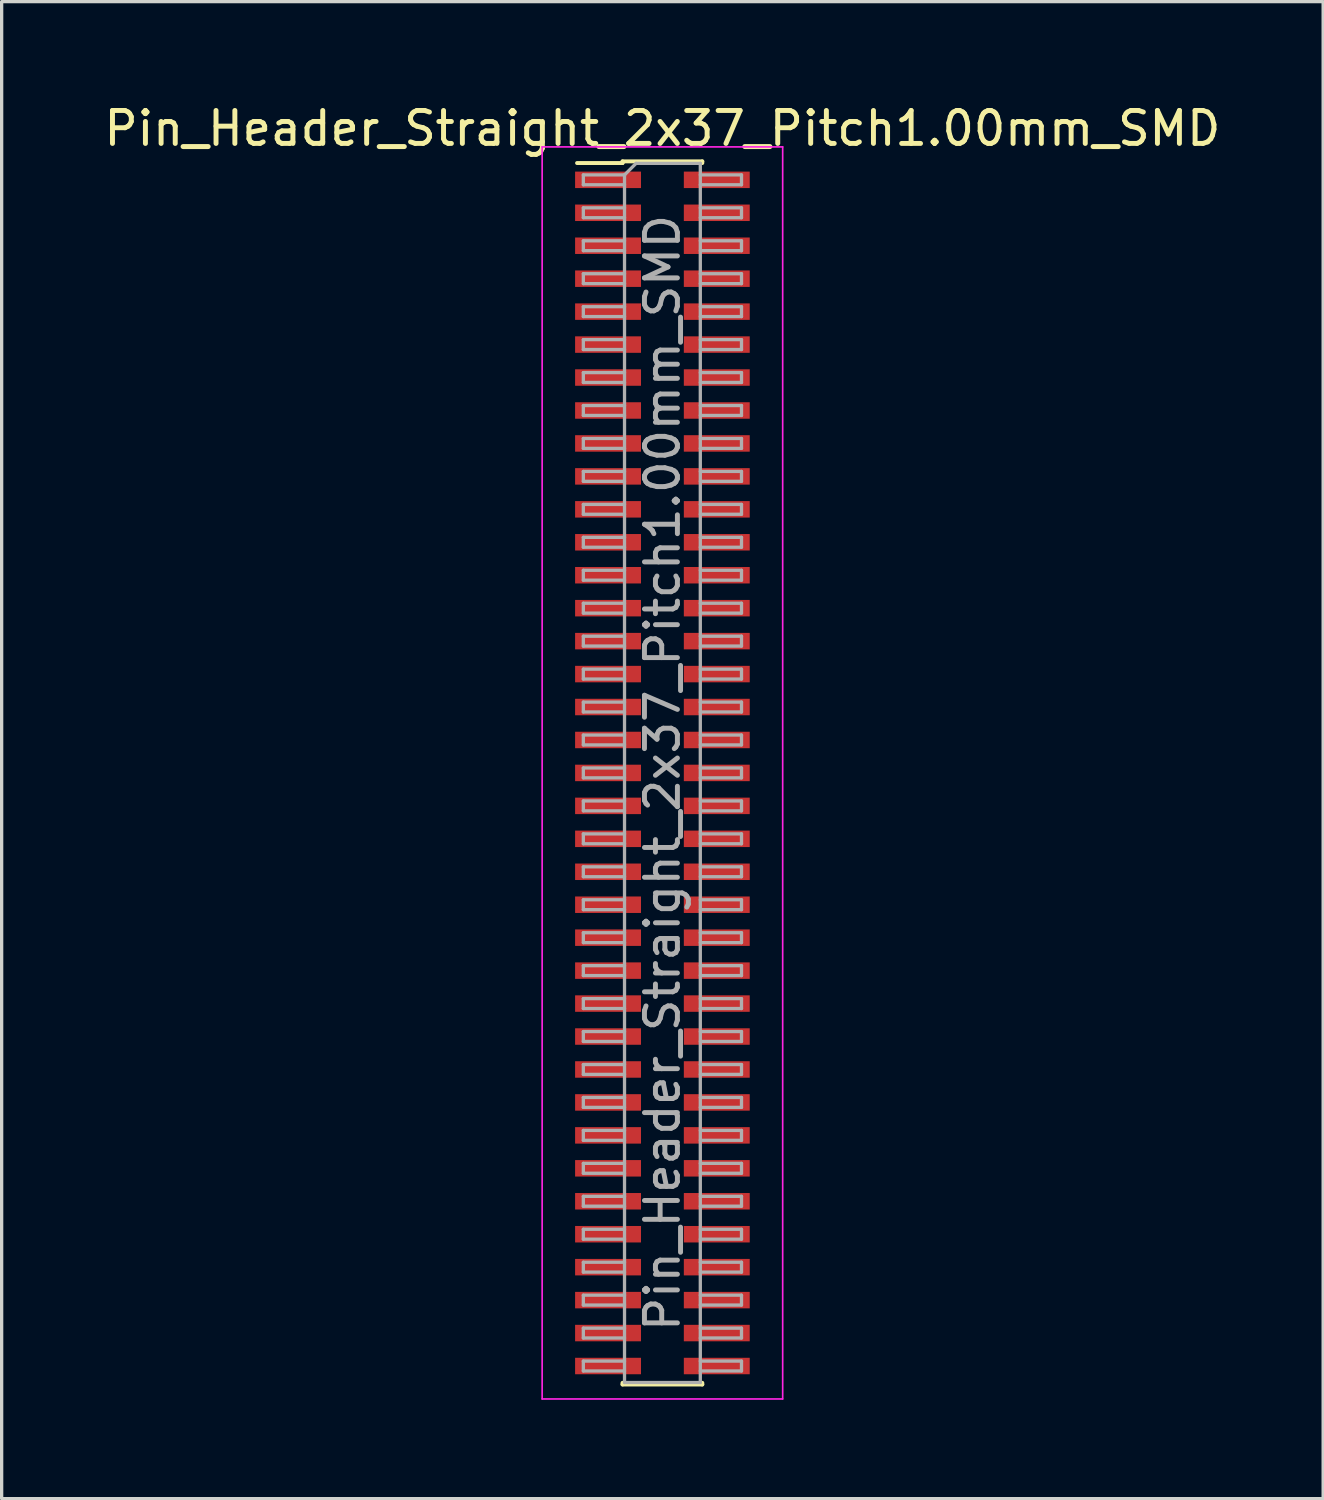
<source format=kicad_pcb>
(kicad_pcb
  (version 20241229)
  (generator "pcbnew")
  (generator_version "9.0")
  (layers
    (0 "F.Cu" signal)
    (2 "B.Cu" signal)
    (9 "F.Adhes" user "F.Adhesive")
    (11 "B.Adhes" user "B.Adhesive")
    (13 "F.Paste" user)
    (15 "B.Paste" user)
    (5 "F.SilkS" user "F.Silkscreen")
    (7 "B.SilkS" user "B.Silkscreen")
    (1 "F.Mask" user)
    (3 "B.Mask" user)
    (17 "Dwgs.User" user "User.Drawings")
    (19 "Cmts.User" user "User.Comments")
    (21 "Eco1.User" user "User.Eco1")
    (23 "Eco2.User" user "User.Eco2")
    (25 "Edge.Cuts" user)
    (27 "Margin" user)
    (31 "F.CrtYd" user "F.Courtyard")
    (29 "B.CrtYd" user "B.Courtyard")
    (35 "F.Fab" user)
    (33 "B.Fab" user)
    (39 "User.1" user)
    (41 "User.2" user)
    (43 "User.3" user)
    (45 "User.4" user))
  (footprint "Pin_Header_Straight_2x37_Pitch1.00mm_SMD"
    (layer "F.Cu")
    (at 17.054 20.408)
    (property "Reference" "Pin_Header_Straight_2x37_Pitch1.00mm_SMD" (at 0 -19.56 0) (layer "F.SilkS") (effects (font (size 1 1) (thickness 0.15))))
    (attr smd)
    (fp_line (start -2.59 -18.51) (end -1.21 -18.51) (stroke (width 0.12) (type solid)) (layer "F.SilkS"))
    (fp_line (start -1.21 -18.56) (end -1.21 -18.51) (stroke (width 0.12) (type solid)) (layer "F.SilkS"))
    (fp_line (start -1.21 -18.56) (end 1.21 -18.56) (stroke (width 0.12) (type solid)) (layer "F.SilkS"))
    (fp_line (start -1.21 18.51) (end -1.21 18.56) (stroke (width 0.12) (type solid)) (layer "F.SilkS"))
    (fp_line (start -1.21 18.56) (end 1.21 18.56) (stroke (width 0.12) (type solid)) (layer "F.SilkS"))
    (fp_line (start 1.21 -18.56) (end 1.21 -18.51) (stroke (width 0.12) (type solid)) (layer "F.SilkS"))
    (fp_line (start 1.21 18.51) (end 1.21 18.56) (stroke (width 0.12) (type solid)) (layer "F.SilkS"))
    (fp_line (start -3.65 -19) (end -3.65 19) (stroke (width 0.05) (type solid)) (layer "F.CrtYd"))
    (fp_line (start -3.65 19) (end 3.65 19) (stroke (width 0.05) (type solid)) (layer "F.CrtYd"))
    (fp_line (start 3.65 -19) (end -3.65 -19) (stroke (width 0.05) (type solid)) (layer "F.CrtYd"))
    (fp_line (start 3.65 19) (end 3.65 -19) (stroke (width 0.05) (type solid)) (layer "F.CrtYd"))
    (fp_line (start -2.4 -18.15) (end -2.4 -17.85) (stroke (width 0.1) (type solid)) (layer "F.Fab"))
    (fp_line (start -2.4 -17.85) (end -1.15 -17.85) (stroke (width 0.1) (type solid)) (layer "F.Fab"))
    (fp_line (start -2.4 -17.15) (end -2.4 -16.85) (stroke (width 0.1) (type solid)) (layer "F.Fab"))
    (fp_line (start -2.4 -16.85) (end -1.15 -16.85) (stroke (width 0.1) (type solid)) (layer "F.Fab"))
    (fp_line (start -2.4 -16.15) (end -2.4 -15.85) (stroke (width 0.1) (type solid)) (layer "F.Fab"))
    (fp_line (start -2.4 -15.85) (end -1.15 -15.85) (stroke (width 0.1) (type solid)) (layer "F.Fab"))
    (fp_line (start -2.4 -15.15) (end -2.4 -14.85) (stroke (width 0.1) (type solid)) (layer "F.Fab"))
    (fp_line (start -2.4 -14.85) (end -1.15 -14.85) (stroke (width 0.1) (type solid)) (layer "F.Fab"))
    (fp_line (start -2.4 -14.15) (end -2.4 -13.85) (stroke (width 0.1) (type solid)) (layer "F.Fab"))
    (fp_line (start -2.4 -13.85) (end -1.15 -13.85) (stroke (width 0.1) (type solid)) (layer "F.Fab"))
    (fp_line (start -2.4 -13.15) (end -2.4 -12.85) (stroke (width 0.1) (type solid)) (layer "F.Fab"))
    (fp_line (start -2.4 -12.85) (end -1.15 -12.85) (stroke (width 0.1) (type solid)) (layer "F.Fab"))
    (fp_line (start -2.4 -12.15) (end -2.4 -11.85) (stroke (width 0.1) (type solid)) (layer "F.Fab"))
    (fp_line (start -2.4 -11.85) (end -1.15 -11.85) (stroke (width 0.1) (type solid)) (layer "F.Fab"))
    (fp_line (start -2.4 -11.15) (end -2.4 -10.85) (stroke (width 0.1) (type solid)) (layer "F.Fab"))
    (fp_line (start -2.4 -10.85) (end -1.15 -10.85) (stroke (width 0.1) (type solid)) (layer "F.Fab"))
    (fp_line (start -2.4 -10.15) (end -2.4 -9.85) (stroke (width 0.1) (type solid)) (layer "F.Fab"))
    (fp_line (start -2.4 -9.85) (end -1.15 -9.85) (stroke (width 0.1) (type solid)) (layer "F.Fab"))
    (fp_line (start -2.4 -9.15) (end -2.4 -8.85) (stroke (width 0.1) (type solid)) (layer "F.Fab"))
    (fp_line (start -2.4 -8.85) (end -1.15 -8.85) (stroke (width 0.1) (type solid)) (layer "F.Fab"))
    (fp_line (start -2.4 -8.15) (end -2.4 -7.85) (stroke (width 0.1) (type solid)) (layer "F.Fab"))
    (fp_line (start -2.4 -7.85) (end -1.15 -7.85) (stroke (width 0.1) (type solid)) (layer "F.Fab"))
    (fp_line (start -2.4 -7.15) (end -2.4 -6.85) (stroke (width 0.1) (type solid)) (layer "F.Fab"))
    (fp_line (start -2.4 -6.85) (end -1.15 -6.85) (stroke (width 0.1) (type solid)) (layer "F.Fab"))
    (fp_line (start -2.4 -6.15) (end -2.4 -5.85) (stroke (width 0.1) (type solid)) (layer "F.Fab"))
    (fp_line (start -2.4 -5.85) (end -1.15 -5.85) (stroke (width 0.1) (type solid)) (layer "F.Fab"))
    (fp_line (start -2.4 -5.15) (end -2.4 -4.85) (stroke (width 0.1) (type solid)) (layer "F.Fab"))
    (fp_line (start -2.4 -4.85) (end -1.15 -4.85) (stroke (width 0.1) (type solid)) (layer "F.Fab"))
    (fp_line (start -2.4 -4.15) (end -2.4 -3.85) (stroke (width 0.1) (type solid)) (layer "F.Fab"))
    (fp_line (start -2.4 -3.85) (end -1.15 -3.85) (stroke (width 0.1) (type solid)) (layer "F.Fab"))
    (fp_line (start -2.4 -3.15) (end -2.4 -2.85) (stroke (width 0.1) (type solid)) (layer "F.Fab"))
    (fp_line (start -2.4 -2.85) (end -1.15 -2.85) (stroke (width 0.1) (type solid)) (layer "F.Fab"))
    (fp_line (start -2.4 -2.15) (end -2.4 -1.85) (stroke (width 0.1) (type solid)) (layer "F.Fab"))
    (fp_line (start -2.4 -1.85) (end -1.15 -1.85) (stroke (width 0.1) (type solid)) (layer "F.Fab"))
    (fp_line (start -2.4 -1.15) (end -2.4 -0.85) (stroke (width 0.1) (type solid)) (layer "F.Fab"))
    (fp_line (start -2.4 -0.85) (end -1.15 -0.85) (stroke (width 0.1) (type solid)) (layer "F.Fab"))
    (fp_line (start -2.4 -0.15) (end -2.4 0.15) (stroke (width 0.1) (type solid)) (layer "F.Fab"))
    (fp_line (start -2.4 0.15) (end -1.15 0.15) (stroke (width 0.1) (type solid)) (layer "F.Fab"))
    (fp_line (start -2.4 0.85) (end -2.4 1.15) (stroke (width 0.1) (type solid)) (layer "F.Fab"))
    (fp_line (start -2.4 1.15) (end -1.15 1.15) (stroke (width 0.1) (type solid)) (layer "F.Fab"))
    (fp_line (start -2.4 1.85) (end -2.4 2.15) (stroke (width 0.1) (type solid)) (layer "F.Fab"))
    (fp_line (start -2.4 2.15) (end -1.15 2.15) (stroke (width 0.1) (type solid)) (layer "F.Fab"))
    (fp_line (start -2.4 2.85) (end -2.4 3.15) (stroke (width 0.1) (type solid)) (layer "F.Fab"))
    (fp_line (start -2.4 3.15) (end -1.15 3.15) (stroke (width 0.1) (type solid)) (layer "F.Fab"))
    (fp_line (start -2.4 3.85) (end -2.4 4.15) (stroke (width 0.1) (type solid)) (layer "F.Fab"))
    (fp_line (start -2.4 4.15) (end -1.15 4.15) (stroke (width 0.1) (type solid)) (layer "F.Fab"))
    (fp_line (start -2.4 4.85) (end -2.4 5.15) (stroke (width 0.1) (type solid)) (layer "F.Fab"))
    (fp_line (start -2.4 5.15) (end -1.15 5.15) (stroke (width 0.1) (type solid)) (layer "F.Fab"))
    (fp_line (start -2.4 5.85) (end -2.4 6.15) (stroke (width 0.1) (type solid)) (layer "F.Fab"))
    (fp_line (start -2.4 6.15) (end -1.15 6.15) (stroke (width 0.1) (type solid)) (layer "F.Fab"))
    (fp_line (start -2.4 6.85) (end -2.4 7.15) (stroke (width 0.1) (type solid)) (layer "F.Fab"))
    (fp_line (start -2.4 7.15) (end -1.15 7.15) (stroke (width 0.1) (type solid)) (layer "F.Fab"))
    (fp_line (start -2.4 7.85) (end -2.4 8.15) (stroke (width 0.1) (type solid)) (layer "F.Fab"))
    (fp_line (start -2.4 8.15) (end -1.15 8.15) (stroke (width 0.1) (type solid)) (layer "F.Fab"))
    (fp_line (start -2.4 8.85) (end -2.4 9.15) (stroke (width 0.1) (type solid)) (layer "F.Fab"))
    (fp_line (start -2.4 9.15) (end -1.15 9.15) (stroke (width 0.1) (type solid)) (layer "F.Fab"))
    (fp_line (start -2.4 9.85) (end -2.4 10.15) (stroke (width 0.1) (type solid)) (layer "F.Fab"))
    (fp_line (start -2.4 10.15) (end -1.15 10.15) (stroke (width 0.1) (type solid)) (layer "F.Fab"))
    (fp_line (start -2.4 10.85) (end -2.4 11.15) (stroke (width 0.1) (type solid)) (layer "F.Fab"))
    (fp_line (start -2.4 11.15) (end -1.15 11.15) (stroke (width 0.1) (type solid)) (layer "F.Fab"))
    (fp_line (start -2.4 11.85) (end -2.4 12.15) (stroke (width 0.1) (type solid)) (layer "F.Fab"))
    (fp_line (start -2.4 12.15) (end -1.15 12.15) (stroke (width 0.1) (type solid)) (layer "F.Fab"))
    (fp_line (start -2.4 12.85) (end -2.4 13.15) (stroke (width 0.1) (type solid)) (layer "F.Fab"))
    (fp_line (start -2.4 13.15) (end -1.15 13.15) (stroke (width 0.1) (type solid)) (layer "F.Fab"))
    (fp_line (start -2.4 13.85) (end -2.4 14.15) (stroke (width 0.1) (type solid)) (layer "F.Fab"))
    (fp_line (start -2.4 14.15) (end -1.15 14.15) (stroke (width 0.1) (type solid)) (layer "F.Fab"))
    (fp_line (start -2.4 14.85) (end -2.4 15.15) (stroke (width 0.1) (type solid)) (layer "F.Fab"))
    (fp_line (start -2.4 15.15) (end -1.15 15.15) (stroke (width 0.1) (type solid)) (layer "F.Fab"))
    (fp_line (start -2.4 15.85) (end -2.4 16.15) (stroke (width 0.1) (type solid)) (layer "F.Fab"))
    (fp_line (start -2.4 16.15) (end -1.15 16.15) (stroke (width 0.1) (type solid)) (layer "F.Fab"))
    (fp_line (start -2.4 16.85) (end -2.4 17.15) (stroke (width 0.1) (type solid)) (layer "F.Fab"))
    (fp_line (start -2.4 17.15) (end -1.15 17.15) (stroke (width 0.1) (type solid)) (layer "F.Fab"))
    (fp_line (start -2.4 17.85) (end -2.4 18.15) (stroke (width 0.1) (type solid)) (layer "F.Fab"))
    (fp_line (start -2.4 18.15) (end -1.15 18.15) (stroke (width 0.1) (type solid)) (layer "F.Fab"))
    (fp_line (start -1.15 -18.15) (end -2.4 -18.15) (stroke (width 0.1) (type solid)) (layer "F.Fab"))
    (fp_line (start -1.15 -18.15) (end -0.8 -18.5) (stroke (width 0.1) (type solid)) (layer "F.Fab"))
    (fp_line (start -1.15 -17.15) (end -2.4 -17.15) (stroke (width 0.1) (type solid)) (layer "F.Fab"))
    (fp_line (start -1.15 -16.15) (end -2.4 -16.15) (stroke (width 0.1) (type solid)) (layer "F.Fab"))
    (fp_line (start -1.15 -15.15) (end -2.4 -15.15) (stroke (width 0.1) (type solid)) (layer "F.Fab"))
    (fp_line (start -1.15 -14.15) (end -2.4 -14.15) (stroke (width 0.1) (type solid)) (layer "F.Fab"))
    (fp_line (start -1.15 -13.15) (end -2.4 -13.15) (stroke (width 0.1) (type solid)) (layer "F.Fab"))
    (fp_line (start -1.15 -12.15) (end -2.4 -12.15) (stroke (width 0.1) (type solid)) (layer "F.Fab"))
    (fp_line (start -1.15 -11.15) (end -2.4 -11.15) (stroke (width 0.1) (type solid)) (layer "F.Fab"))
    (fp_line (start -1.15 -10.15) (end -2.4 -10.15) (stroke (width 0.1) (type solid)) (layer "F.Fab"))
    (fp_line (start -1.15 -9.15) (end -2.4 -9.15) (stroke (width 0.1) (type solid)) (layer "F.Fab"))
    (fp_line (start -1.15 -8.15) (end -2.4 -8.15) (stroke (width 0.1) (type solid)) (layer "F.Fab"))
    (fp_line (start -1.15 -7.15) (end -2.4 -7.15) (stroke (width 0.1) (type solid)) (layer "F.Fab"))
    (fp_line (start -1.15 -6.15) (end -2.4 -6.15) (stroke (width 0.1) (type solid)) (layer "F.Fab"))
    (fp_line (start -1.15 -5.15) (end -2.4 -5.15) (stroke (width 0.1) (type solid)) (layer "F.Fab"))
    (fp_line (start -1.15 -4.15) (end -2.4 -4.15) (stroke (width 0.1) (type solid)) (layer "F.Fab"))
    (fp_line (start -1.15 -3.15) (end -2.4 -3.15) (stroke (width 0.1) (type solid)) (layer "F.Fab"))
    (fp_line (start -1.15 -2.15) (end -2.4 -2.15) (stroke (width 0.1) (type solid)) (layer "F.Fab"))
    (fp_line (start -1.15 -1.15) (end -2.4 -1.15) (stroke (width 0.1) (type solid)) (layer "F.Fab"))
    (fp_line (start -1.15 -0.15) (end -2.4 -0.15) (stroke (width 0.1) (type solid)) (layer "F.Fab"))
    (fp_line (start -1.15 0.85) (end -2.4 0.85) (stroke (width 0.1) (type solid)) (layer "F.Fab"))
    (fp_line (start -1.15 1.85) (end -2.4 1.85) (stroke (width 0.1) (type solid)) (layer "F.Fab"))
    (fp_line (start -1.15 2.85) (end -2.4 2.85) (stroke (width 0.1) (type solid)) (layer "F.Fab"))
    (fp_line (start -1.15 3.85) (end -2.4 3.85) (stroke (width 0.1) (type solid)) (layer "F.Fab"))
    (fp_line (start -1.15 4.85) (end -2.4 4.85) (stroke (width 0.1) (type solid)) (layer "F.Fab"))
    (fp_line (start -1.15 5.85) (end -2.4 5.85) (stroke (width 0.1) (type solid)) (layer "F.Fab"))
    (fp_line (start -1.15 6.85) (end -2.4 6.85) (stroke (width 0.1) (type solid)) (layer "F.Fab"))
    (fp_line (start -1.15 7.85) (end -2.4 7.85) (stroke (width 0.1) (type solid)) (layer "F.Fab"))
    (fp_line (start -1.15 8.85) (end -2.4 8.85) (stroke (width 0.1) (type solid)) (layer "F.Fab"))
    (fp_line (start -1.15 9.85) (end -2.4 9.85) (stroke (width 0.1) (type solid)) (layer "F.Fab"))
    (fp_line (start -1.15 10.85) (end -2.4 10.85) (stroke (width 0.1) (type solid)) (layer "F.Fab"))
    (fp_line (start -1.15 11.85) (end -2.4 11.85) (stroke (width 0.1) (type solid)) (layer "F.Fab"))
    (fp_line (start -1.15 12.85) (end -2.4 12.85) (stroke (width 0.1) (type solid)) (layer "F.Fab"))
    (fp_line (start -1.15 13.85) (end -2.4 13.85) (stroke (width 0.1) (type solid)) (layer "F.Fab"))
    (fp_line (start -1.15 14.85) (end -2.4 14.85) (stroke (width 0.1) (type solid)) (layer "F.Fab"))
    (fp_line (start -1.15 15.85) (end -2.4 15.85) (stroke (width 0.1) (type solid)) (layer "F.Fab"))
    (fp_line (start -1.15 16.85) (end -2.4 16.85) (stroke (width 0.1) (type solid)) (layer "F.Fab"))
    (fp_line (start -1.15 17.85) (end -2.4 17.85) (stroke (width 0.1) (type solid)) (layer "F.Fab"))
    (fp_line (start -1.15 18.5) (end -1.15 -18.15) (stroke (width 0.1) (type solid)) (layer "F.Fab"))
    (fp_line (start -0.8 -18.5) (end 1.15 -18.5) (stroke (width 0.1) (type solid)) (layer "F.Fab"))
    (fp_line (start 1.15 -18.5) (end 1.15 18.5) (stroke (width 0.1) (type solid)) (layer "F.Fab"))
    (fp_line (start 1.15 -18.15) (end 2.4 -18.15) (stroke (width 0.1) (type solid)) (layer "F.Fab"))
    (fp_line (start 1.15 -17.15) (end 2.4 -17.15) (stroke (width 0.1) (type solid)) (layer "F.Fab"))
    (fp_line (start 1.15 -16.15) (end 2.4 -16.15) (stroke (width 0.1) (type solid)) (layer "F.Fab"))
    (fp_line (start 1.15 -15.15) (end 2.4 -15.15) (stroke (width 0.1) (type solid)) (layer "F.Fab"))
    (fp_line (start 1.15 -14.15) (end 2.4 -14.15) (stroke (width 0.1) (type solid)) (layer "F.Fab"))
    (fp_line (start 1.15 -13.15) (end 2.4 -13.15) (stroke (width 0.1) (type solid)) (layer "F.Fab"))
    (fp_line (start 1.15 -12.15) (end 2.4 -12.15) (stroke (width 0.1) (type solid)) (layer "F.Fab"))
    (fp_line (start 1.15 -11.15) (end 2.4 -11.15) (stroke (width 0.1) (type solid)) (layer "F.Fab"))
    (fp_line (start 1.15 -10.15) (end 2.4 -10.15) (stroke (width 0.1) (type solid)) (layer "F.Fab"))
    (fp_line (start 1.15 -9.15) (end 2.4 -9.15) (stroke (width 0.1) (type solid)) (layer "F.Fab"))
    (fp_line (start 1.15 -8.15) (end 2.4 -8.15) (stroke (width 0.1) (type solid)) (layer "F.Fab"))
    (fp_line (start 1.15 -7.15) (end 2.4 -7.15) (stroke (width 0.1) (type solid)) (layer "F.Fab"))
    (fp_line (start 1.15 -6.15) (end 2.4 -6.15) (stroke (width 0.1) (type solid)) (layer "F.Fab"))
    (fp_line (start 1.15 -5.15) (end 2.4 -5.15) (stroke (width 0.1) (type solid)) (layer "F.Fab"))
    (fp_line (start 1.15 -4.15) (end 2.4 -4.15) (stroke (width 0.1) (type solid)) (layer "F.Fab"))
    (fp_line (start 1.15 -3.15) (end 2.4 -3.15) (stroke (width 0.1) (type solid)) (layer "F.Fab"))
    (fp_line (start 1.15 -2.15) (end 2.4 -2.15) (stroke (width 0.1) (type solid)) (layer "F.Fab"))
    (fp_line (start 1.15 -1.15) (end 2.4 -1.15) (stroke (width 0.1) (type solid)) (layer "F.Fab"))
    (fp_line (start 1.15 -0.15) (end 2.4 -0.15) (stroke (width 0.1) (type solid)) (layer "F.Fab"))
    (fp_line (start 1.15 0.85) (end 2.4 0.85) (stroke (width 0.1) (type solid)) (layer "F.Fab"))
    (fp_line (start 1.15 1.85) (end 2.4 1.85) (stroke (width 0.1) (type solid)) (layer "F.Fab"))
    (fp_line (start 1.15 2.85) (end 2.4 2.85) (stroke (width 0.1) (type solid)) (layer "F.Fab"))
    (fp_line (start 1.15 3.85) (end 2.4 3.85) (stroke (width 0.1) (type solid)) (layer "F.Fab"))
    (fp_line (start 1.15 4.85) (end 2.4 4.85) (stroke (width 0.1) (type solid)) (layer "F.Fab"))
    (fp_line (start 1.15 5.85) (end 2.4 5.85) (stroke (width 0.1) (type solid)) (layer "F.Fab"))
    (fp_line (start 1.15 6.85) (end 2.4 6.85) (stroke (width 0.1) (type solid)) (layer "F.Fab"))
    (fp_line (start 1.15 7.85) (end 2.4 7.85) (stroke (width 0.1) (type solid)) (layer "F.Fab"))
    (fp_line (start 1.15 8.85) (end 2.4 8.85) (stroke (width 0.1) (type solid)) (layer "F.Fab"))
    (fp_line (start 1.15 9.85) (end 2.4 9.85) (stroke (width 0.1) (type solid)) (layer "F.Fab"))
    (fp_line (start 1.15 10.85) (end 2.4 10.85) (stroke (width 0.1) (type solid)) (layer "F.Fab"))
    (fp_line (start 1.15 11.85) (end 2.4 11.85) (stroke (width 0.1) (type solid)) (layer "F.Fab"))
    (fp_line (start 1.15 12.85) (end 2.4 12.85) (stroke (width 0.1) (type solid)) (layer "F.Fab"))
    (fp_line (start 1.15 13.85) (end 2.4 13.85) (stroke (width 0.1) (type solid)) (layer "F.Fab"))
    (fp_line (start 1.15 14.85) (end 2.4 14.85) (stroke (width 0.1) (type solid)) (layer "F.Fab"))
    (fp_line (start 1.15 15.85) (end 2.4 15.85) (stroke (width 0.1) (type solid)) (layer "F.Fab"))
    (fp_line (start 1.15 16.85) (end 2.4 16.85) (stroke (width 0.1) (type solid)) (layer "F.Fab"))
    (fp_line (start 1.15 17.85) (end 2.4 17.85) (stroke (width 0.1) (type solid)) (layer "F.Fab"))
    (fp_line (start 1.15 18.5) (end -1.15 18.5) (stroke (width 0.1) (type solid)) (layer "F.Fab"))
    (fp_line (start 2.4 -18.15) (end 2.4 -17.85) (stroke (width 0.1) (type solid)) (layer "F.Fab"))
    (fp_line (start 2.4 -17.85) (end 1.15 -17.85) (stroke (width 0.1) (type solid)) (layer "F.Fab"))
    (fp_line (start 2.4 -17.15) (end 2.4 -16.85) (stroke (width 0.1) (type solid)) (layer "F.Fab"))
    (fp_line (start 2.4 -16.85) (end 1.15 -16.85) (stroke (width 0.1) (type solid)) (layer "F.Fab"))
    (fp_line (start 2.4 -16.15) (end 2.4 -15.85) (stroke (width 0.1) (type solid)) (layer "F.Fab"))
    (fp_line (start 2.4 -15.85) (end 1.15 -15.85) (stroke (width 0.1) (type solid)) (layer "F.Fab"))
    (fp_line (start 2.4 -15.15) (end 2.4 -14.85) (stroke (width 0.1) (type solid)) (layer "F.Fab"))
    (fp_line (start 2.4 -14.85) (end 1.15 -14.85) (stroke (width 0.1) (type solid)) (layer "F.Fab"))
    (fp_line (start 2.4 -14.15) (end 2.4 -13.85) (stroke (width 0.1) (type solid)) (layer "F.Fab"))
    (fp_line (start 2.4 -13.85) (end 1.15 -13.85) (stroke (width 0.1) (type solid)) (layer "F.Fab"))
    (fp_line (start 2.4 -13.15) (end 2.4 -12.85) (stroke (width 0.1) (type solid)) (layer "F.Fab"))
    (fp_line (start 2.4 -12.85) (end 1.15 -12.85) (stroke (width 0.1) (type solid)) (layer "F.Fab"))
    (fp_line (start 2.4 -12.15) (end 2.4 -11.85) (stroke (width 0.1) (type solid)) (layer "F.Fab"))
    (fp_line (start 2.4 -11.85) (end 1.15 -11.85) (stroke (width 0.1) (type solid)) (layer "F.Fab"))
    (fp_line (start 2.4 -11.15) (end 2.4 -10.85) (stroke (width 0.1) (type solid)) (layer "F.Fab"))
    (fp_line (start 2.4 -10.85) (end 1.15 -10.85) (stroke (width 0.1) (type solid)) (layer "F.Fab"))
    (fp_line (start 2.4 -10.15) (end 2.4 -9.85) (stroke (width 0.1) (type solid)) (layer "F.Fab"))
    (fp_line (start 2.4 -9.85) (end 1.15 -9.85) (stroke (width 0.1) (type solid)) (layer "F.Fab"))
    (fp_line (start 2.4 -9.15) (end 2.4 -8.85) (stroke (width 0.1) (type solid)) (layer "F.Fab"))
    (fp_line (start 2.4 -8.85) (end 1.15 -8.85) (stroke (width 0.1) (type solid)) (layer "F.Fab"))
    (fp_line (start 2.4 -8.15) (end 2.4 -7.85) (stroke (width 0.1) (type solid)) (layer "F.Fab"))
    (fp_line (start 2.4 -7.85) (end 1.15 -7.85) (stroke (width 0.1) (type solid)) (layer "F.Fab"))
    (fp_line (start 2.4 -7.15) (end 2.4 -6.85) (stroke (width 0.1) (type solid)) (layer "F.Fab"))
    (fp_line (start 2.4 -6.85) (end 1.15 -6.85) (stroke (width 0.1) (type solid)) (layer "F.Fab"))
    (fp_line (start 2.4 -6.15) (end 2.4 -5.85) (stroke (width 0.1) (type solid)) (layer "F.Fab"))
    (fp_line (start 2.4 -5.85) (end 1.15 -5.85) (stroke (width 0.1) (type solid)) (layer "F.Fab"))
    (fp_line (start 2.4 -5.15) (end 2.4 -4.85) (stroke (width 0.1) (type solid)) (layer "F.Fab"))
    (fp_line (start 2.4 -4.85) (end 1.15 -4.85) (stroke (width 0.1) (type solid)) (layer "F.Fab"))
    (fp_line (start 2.4 -4.15) (end 2.4 -3.85) (stroke (width 0.1) (type solid)) (layer "F.Fab"))
    (fp_line (start 2.4 -3.85) (end 1.15 -3.85) (stroke (width 0.1) (type solid)) (layer "F.Fab"))
    (fp_line (start 2.4 -3.15) (end 2.4 -2.85) (stroke (width 0.1) (type solid)) (layer "F.Fab"))
    (fp_line (start 2.4 -2.85) (end 1.15 -2.85) (stroke (width 0.1) (type solid)) (layer "F.Fab"))
    (fp_line (start 2.4 -2.15) (end 2.4 -1.85) (stroke (width 0.1) (type solid)) (layer "F.Fab"))
    (fp_line (start 2.4 -1.85) (end 1.15 -1.85) (stroke (width 0.1) (type solid)) (layer "F.Fab"))
    (fp_line (start 2.4 -1.15) (end 2.4 -0.85) (stroke (width 0.1) (type solid)) (layer "F.Fab"))
    (fp_line (start 2.4 -0.85) (end 1.15 -0.85) (stroke (width 0.1) (type solid)) (layer "F.Fab"))
    (fp_line (start 2.4 -0.15) (end 2.4 0.15) (stroke (width 0.1) (type solid)) (layer "F.Fab"))
    (fp_line (start 2.4 0.15) (end 1.15 0.15) (stroke (width 0.1) (type solid)) (layer "F.Fab"))
    (fp_line (start 2.4 0.85) (end 2.4 1.15) (stroke (width 0.1) (type solid)) (layer "F.Fab"))
    (fp_line (start 2.4 1.15) (end 1.15 1.15) (stroke (width 0.1) (type solid)) (layer "F.Fab"))
    (fp_line (start 2.4 1.85) (end 2.4 2.15) (stroke (width 0.1) (type solid)) (layer "F.Fab"))
    (fp_line (start 2.4 2.15) (end 1.15 2.15) (stroke (width 0.1) (type solid)) (layer "F.Fab"))
    (fp_line (start 2.4 2.85) (end 2.4 3.15) (stroke (width 0.1) (type solid)) (layer "F.Fab"))
    (fp_line (start 2.4 3.15) (end 1.15 3.15) (stroke (width 0.1) (type solid)) (layer "F.Fab"))
    (fp_line (start 2.4 3.85) (end 2.4 4.15) (stroke (width 0.1) (type solid)) (layer "F.Fab"))
    (fp_line (start 2.4 4.15) (end 1.15 4.15) (stroke (width 0.1) (type solid)) (layer "F.Fab"))
    (fp_line (start 2.4 4.85) (end 2.4 5.15) (stroke (width 0.1) (type solid)) (layer "F.Fab"))
    (fp_line (start 2.4 5.15) (end 1.15 5.15) (stroke (width 0.1) (type solid)) (layer "F.Fab"))
    (fp_line (start 2.4 5.85) (end 2.4 6.15) (stroke (width 0.1) (type solid)) (layer "F.Fab"))
    (fp_line (start 2.4 6.15) (end 1.15 6.15) (stroke (width 0.1) (type solid)) (layer "F.Fab"))
    (fp_line (start 2.4 6.85) (end 2.4 7.15) (stroke (width 0.1) (type solid)) (layer "F.Fab"))
    (fp_line (start 2.4 7.15) (end 1.15 7.15) (stroke (width 0.1) (type solid)) (layer "F.Fab"))
    (fp_line (start 2.4 7.85) (end 2.4 8.15) (stroke (width 0.1) (type solid)) (layer "F.Fab"))
    (fp_line (start 2.4 8.15) (end 1.15 8.15) (stroke (width 0.1) (type solid)) (layer "F.Fab"))
    (fp_line (start 2.4 8.85) (end 2.4 9.15) (stroke (width 0.1) (type solid)) (layer "F.Fab"))
    (fp_line (start 2.4 9.15) (end 1.15 9.15) (stroke (width 0.1) (type solid)) (layer "F.Fab"))
    (fp_line (start 2.4 9.85) (end 2.4 10.15) (stroke (width 0.1) (type solid)) (layer "F.Fab"))
    (fp_line (start 2.4 10.15) (end 1.15 10.15) (stroke (width 0.1) (type solid)) (layer "F.Fab"))
    (fp_line (start 2.4 10.85) (end 2.4 11.15) (stroke (width 0.1) (type solid)) (layer "F.Fab"))
    (fp_line (start 2.4 11.15) (end 1.15 11.15) (stroke (width 0.1) (type solid)) (layer "F.Fab"))
    (fp_line (start 2.4 11.85) (end 2.4 12.15) (stroke (width 0.1) (type solid)) (layer "F.Fab"))
    (fp_line (start 2.4 12.15) (end 1.15 12.15) (stroke (width 0.1) (type solid)) (layer "F.Fab"))
    (fp_line (start 2.4 12.85) (end 2.4 13.15) (stroke (width 0.1) (type solid)) (layer "F.Fab"))
    (fp_line (start 2.4 13.15) (end 1.15 13.15) (stroke (width 0.1) (type solid)) (layer "F.Fab"))
    (fp_line (start 2.4 13.85) (end 2.4 14.15) (stroke (width 0.1) (type solid)) (layer "F.Fab"))
    (fp_line (start 2.4 14.15) (end 1.15 14.15) (stroke (width 0.1) (type solid)) (layer "F.Fab"))
    (fp_line (start 2.4 14.85) (end 2.4 15.15) (stroke (width 0.1) (type solid)) (layer "F.Fab"))
    (fp_line (start 2.4 15.15) (end 1.15 15.15) (stroke (width 0.1) (type solid)) (layer "F.Fab"))
    (fp_line (start 2.4 15.85) (end 2.4 16.15) (stroke (width 0.1) (type solid)) (layer "F.Fab"))
    (fp_line (start 2.4 16.15) (end 1.15 16.15) (stroke (width 0.1) (type solid)) (layer "F.Fab"))
    (fp_line (start 2.4 16.85) (end 2.4 17.15) (stroke (width 0.1) (type solid)) (layer "F.Fab"))
    (fp_line (start 2.4 17.15) (end 1.15 17.15) (stroke (width 0.1) (type solid)) (layer "F.Fab"))
    (fp_line (start 2.4 17.85) (end 2.4 18.15) (stroke (width 0.1) (type solid)) (layer "F.Fab"))
    (fp_line (start 2.4 18.15) (end 1.15 18.15) (stroke (width 0.1) (type solid)) (layer "F.Fab"))
    (fp_text user "${REFERENCE}" (at 0 0 90) (layer "F.Fab") (effects (font (size 1 1) (thickness 0.15))))
    (pad "1" smd rect (at -1.65 -18) (size 2 0.5) (layers "F.Cu" "F.Mask" "F.Paste"))
    (pad "2" smd rect (at 1.65 -18) (size 2 0.5) (layers "F.Cu" "F.Mask" "F.Paste"))
    (pad "3" smd rect (at -1.65 -17) (size 2 0.5) (layers "F.Cu" "F.Mask" "F.Paste"))
    (pad "4" smd rect (at 1.65 -17) (size 2 0.5) (layers "F.Cu" "F.Mask" "F.Paste"))
    (pad "5" smd rect (at -1.65 -16) (size 2 0.5) (layers "F.Cu" "F.Mask" "F.Paste"))
    (pad "6" smd rect (at 1.65 -16) (size 2 0.5) (layers "F.Cu" "F.Mask" "F.Paste"))
    (pad "7" smd rect (at -1.65 -15) (size 2 0.5) (layers "F.Cu" "F.Mask" "F.Paste"))
    (pad "8" smd rect (at 1.65 -15) (size 2 0.5) (layers "F.Cu" "F.Mask" "F.Paste"))
    (pad "9" smd rect (at -1.65 -14) (size 2 0.5) (layers "F.Cu" "F.Mask" "F.Paste"))
    (pad "10" smd rect (at 1.65 -14) (size 2 0.5) (layers "F.Cu" "F.Mask" "F.Paste"))
    (pad "11" smd rect (at -1.65 -13) (size 2 0.5) (layers "F.Cu" "F.Mask" "F.Paste"))
    (pad "12" smd rect (at 1.65 -13) (size 2 0.5) (layers "F.Cu" "F.Mask" "F.Paste"))
    (pad "13" smd rect (at -1.65 -12) (size 2 0.5) (layers "F.Cu" "F.Mask" "F.Paste"))
    (pad "14" smd rect (at 1.65 -12) (size 2 0.5) (layers "F.Cu" "F.Mask" "F.Paste"))
    (pad "15" smd rect (at -1.65 -11) (size 2 0.5) (layers "F.Cu" "F.Mask" "F.Paste"))
    (pad "16" smd rect (at 1.65 -11) (size 2 0.5) (layers "F.Cu" "F.Mask" "F.Paste"))
    (pad "17" smd rect (at -1.65 -10) (size 2 0.5) (layers "F.Cu" "F.Mask" "F.Paste"))
    (pad "18" smd rect (at 1.65 -10) (size 2 0.5) (layers "F.Cu" "F.Mask" "F.Paste"))
    (pad "19" smd rect (at -1.65 -9) (size 2 0.5) (layers "F.Cu" "F.Mask" "F.Paste"))
    (pad "20" smd rect (at 1.65 -9) (size 2 0.5) (layers "F.Cu" "F.Mask" "F.Paste"))
    (pad "21" smd rect (at -1.65 -8) (size 2 0.5) (layers "F.Cu" "F.Mask" "F.Paste"))
    (pad "22" smd rect (at 1.65 -8) (size 2 0.5) (layers "F.Cu" "F.Mask" "F.Paste"))
    (pad "23" smd rect (at -1.65 -7) (size 2 0.5) (layers "F.Cu" "F.Mask" "F.Paste"))
    (pad "24" smd rect (at 1.65 -7) (size 2 0.5) (layers "F.Cu" "F.Mask" "F.Paste"))
    (pad "25" smd rect (at -1.65 -6) (size 2 0.5) (layers "F.Cu" "F.Mask" "F.Paste"))
    (pad "26" smd rect (at 1.65 -6) (size 2 0.5) (layers "F.Cu" "F.Mask" "F.Paste"))
    (pad "27" smd rect (at -1.65 -5) (size 2 0.5) (layers "F.Cu" "F.Mask" "F.Paste"))
    (pad "28" smd rect (at 1.65 -5) (size 2 0.5) (layers "F.Cu" "F.Mask" "F.Paste"))
    (pad "29" smd rect (at -1.65 -4) (size 2 0.5) (layers "F.Cu" "F.Mask" "F.Paste"))
    (pad "30" smd rect (at 1.65 -4) (size 2 0.5) (layers "F.Cu" "F.Mask" "F.Paste"))
    (pad "31" smd rect (at -1.65 -3) (size 2 0.5) (layers "F.Cu" "F.Mask" "F.Paste"))
    (pad "32" smd rect (at 1.65 -3) (size 2 0.5) (layers "F.Cu" "F.Mask" "F.Paste"))
    (pad "33" smd rect (at -1.65 -2) (size 2 0.5) (layers "F.Cu" "F.Mask" "F.Paste"))
    (pad "34" smd rect (at 1.65 -2) (size 2 0.5) (layers "F.Cu" "F.Mask" "F.Paste"))
    (pad "35" smd rect (at -1.65 -1) (size 2 0.5) (layers "F.Cu" "F.Mask" "F.Paste"))
    (pad "36" smd rect (at 1.65 -1) (size 2 0.5) (layers "F.Cu" "F.Mask" "F.Paste"))
    (pad "37" smd rect (at -1.65 0) (size 2 0.5) (layers "F.Cu" "F.Mask" "F.Paste"))
    (pad "38" smd rect (at 1.65 0) (size 2 0.5) (layers "F.Cu" "F.Mask" "F.Paste"))
    (pad "39" smd rect (at -1.65 1) (size 2 0.5) (layers "F.Cu" "F.Mask" "F.Paste"))
    (pad "40" smd rect (at 1.65 1) (size 2 0.5) (layers "F.Cu" "F.Mask" "F.Paste"))
    (pad "41" smd rect (at -1.65 2) (size 2 0.5) (layers "F.Cu" "F.Mask" "F.Paste"))
    (pad "42" smd rect (at 1.65 2) (size 2 0.5) (layers "F.Cu" "F.Mask" "F.Paste"))
    (pad "43" smd rect (at -1.65 3) (size 2 0.5) (layers "F.Cu" "F.Mask" "F.Paste"))
    (pad "44" smd rect (at 1.65 3) (size 2 0.5) (layers "F.Cu" "F.Mask" "F.Paste"))
    (pad "45" smd rect (at -1.65 4) (size 2 0.5) (layers "F.Cu" "F.Mask" "F.Paste"))
    (pad "46" smd rect (at 1.65 4) (size 2 0.5) (layers "F.Cu" "F.Mask" "F.Paste"))
    (pad "47" smd rect (at -1.65 5) (size 2 0.5) (layers "F.Cu" "F.Mask" "F.Paste"))
    (pad "48" smd rect (at 1.65 5) (size 2 0.5) (layers "F.Cu" "F.Mask" "F.Paste"))
    (pad "49" smd rect (at -1.65 6) (size 2 0.5) (layers "F.Cu" "F.Mask" "F.Paste"))
    (pad "50" smd rect (at 1.65 6) (size 2 0.5) (layers "F.Cu" "F.Mask" "F.Paste"))
    (pad "51" smd rect (at -1.65 7) (size 2 0.5) (layers "F.Cu" "F.Mask" "F.Paste"))
    (pad "52" smd rect (at 1.65 7) (size 2 0.5) (layers "F.Cu" "F.Mask" "F.Paste"))
    (pad "53" smd rect (at -1.65 8) (size 2 0.5) (layers "F.Cu" "F.Mask" "F.Paste"))
    (pad "54" smd rect (at 1.65 8) (size 2 0.5) (layers "F.Cu" "F.Mask" "F.Paste"))
    (pad "55" smd rect (at -1.65 9) (size 2 0.5) (layers "F.Cu" "F.Mask" "F.Paste"))
    (pad "56" smd rect (at 1.65 9) (size 2 0.5) (layers "F.Cu" "F.Mask" "F.Paste"))
    (pad "57" smd rect (at -1.65 10) (size 2 0.5) (layers "F.Cu" "F.Mask" "F.Paste"))
    (pad "58" smd rect (at 1.65 10) (size 2 0.5) (layers "F.Cu" "F.Mask" "F.Paste"))
    (pad "59" smd rect (at -1.65 11) (size 2 0.5) (layers "F.Cu" "F.Mask" "F.Paste"))
    (pad "60" smd rect (at 1.65 11) (size 2 0.5) (layers "F.Cu" "F.Mask" "F.Paste"))
    (pad "61" smd rect (at -1.65 12) (size 2 0.5) (layers "F.Cu" "F.Mask" "F.Paste"))
    (pad "62" smd rect (at 1.65 12) (size 2 0.5) (layers "F.Cu" "F.Mask" "F.Paste"))
    (pad "63" smd rect (at -1.65 13) (size 2 0.5) (layers "F.Cu" "F.Mask" "F.Paste"))
    (pad "64" smd rect (at 1.65 13) (size 2 0.5) (layers "F.Cu" "F.Mask" "F.Paste"))
    (pad "65" smd rect (at -1.65 14) (size 2 0.5) (layers "F.Cu" "F.Mask" "F.Paste"))
    (pad "66" smd rect (at 1.65 14) (size 2 0.5) (layers "F.Cu" "F.Mask" "F.Paste"))
    (pad "67" smd rect (at -1.65 15) (size 2 0.5) (layers "F.Cu" "F.Mask" "F.Paste"))
    (pad "68" smd rect (at 1.65 15) (size 2 0.5) (layers "F.Cu" "F.Mask" "F.Paste"))
    (pad "69" smd rect (at -1.65 16) (size 2 0.5) (layers "F.Cu" "F.Mask" "F.Paste"))
    (pad "70" smd rect (at 1.65 16) (size 2 0.5) (layers "F.Cu" "F.Mask" "F.Paste"))
    (pad "71" smd rect (at -1.65 17) (size 2 0.5) (layers "F.Cu" "F.Mask" "F.Paste"))
    (pad "72" smd rect (at 1.65 17) (size 2 0.5) (layers "F.Cu" "F.Mask" "F.Paste"))
    (pad "73" smd rect (at -1.65 18) (size 2 0.5) (layers "F.Cu" "F.Mask" "F.Paste"))
    (pad "74" smd rect (at 1.65 18) (size 2 0.5) (layers "F.Cu" "F.Mask" "F.Paste")))
  (gr_rect
    (start -3 -3)
    (end 37.107 42.433)
    (stroke (width 0.1) (type default))
    (fill no)
    (layer "Edge.Cuts")))
</source>
